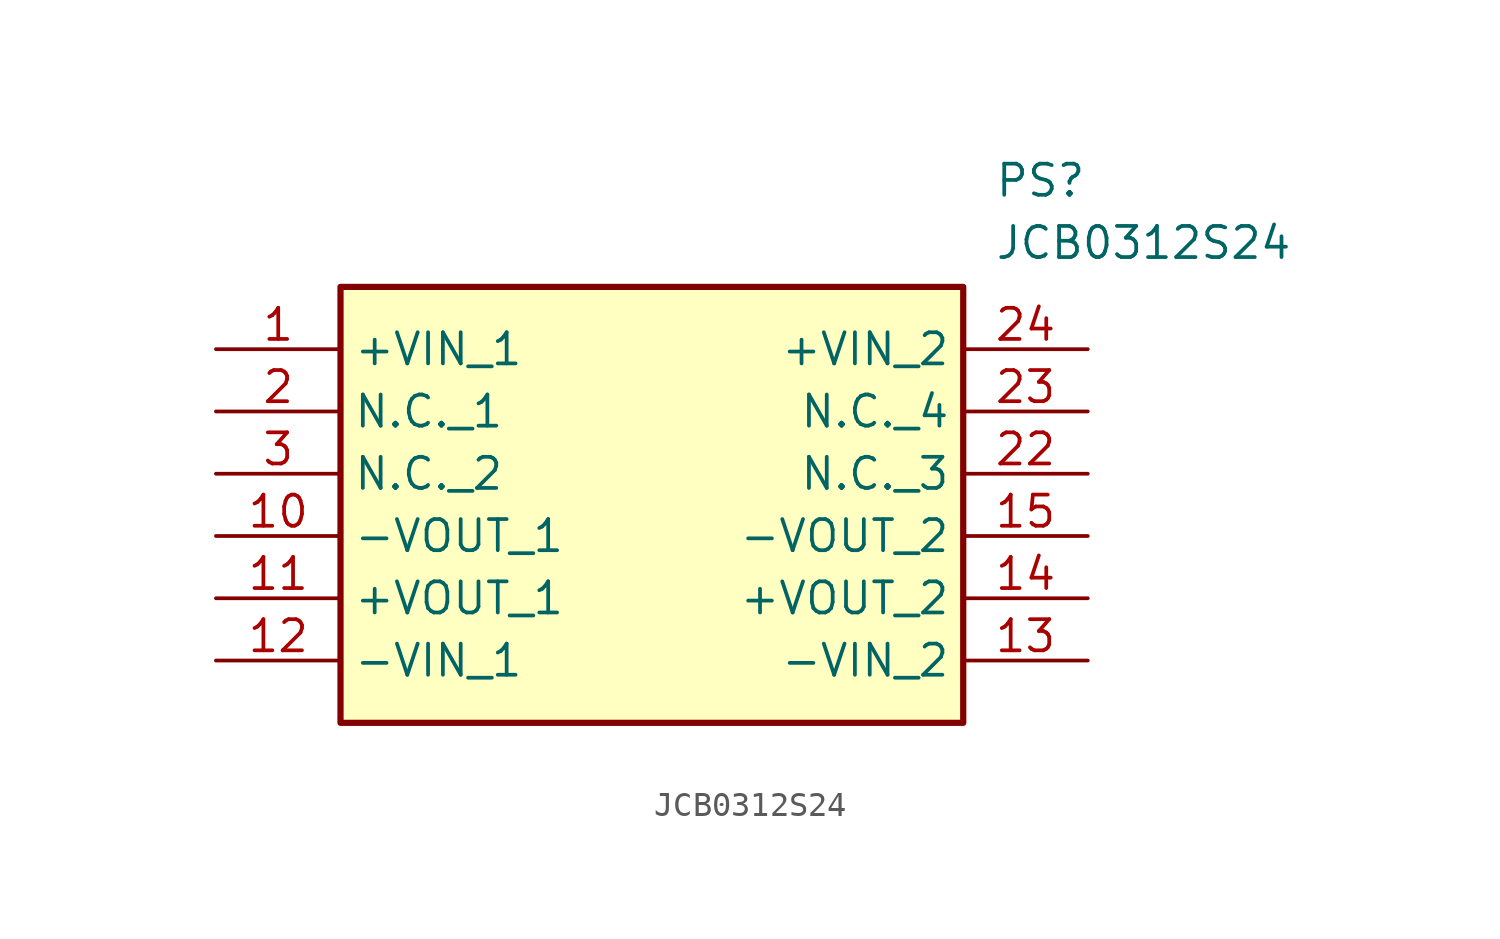
<source format=kicad_sym>
(kicad_symbol_lib
  (version 20211014)
  (generator SamacSys_ECAD_Model)
  (symbol "JCB0312S24"
    (property "Reference" "PS"
      (at 31.75 7.62 0)
      (effects (font (size 1.27 1.27)) (justify left top)))
    (property "Value" "JCB0312S24"
      (at 31.75 5.08 0)
      (effects (font (size 1.27 1.27)) (justify left top)))
    (rectangle
      (start 5.08 2.54)
      (end 30.48 -15.24)
      (stroke (width 0.254) (type default))
      (fill (type background)))
    (pin passive line
      (at 0 0 0)
      (length 5.08)
      (name "+VIN_1" (effects (font (size 1.27 1.27))))
      (number "1" (effects (font (size 1.27 1.27)))))
    (pin passive line
      (at 0 -2.54 0)
      (length 5.08)
      (name "N.C._1" (effects (font (size 1.27 1.27))))
      (number "2" (effects (font (size 1.27 1.27)))))
    (pin passive line
      (at 0 -5.08 0)
      (length 5.08)
      (name "N.C._2" (effects (font (size 1.27 1.27))))
      (number "3" (effects (font (size 1.27 1.27)))))
    (pin passive line
      (at 0 -7.62 0)
      (length 5.08)
      (name "-VOUT_1" (effects (font (size 1.27 1.27))))
      (number "10" (effects (font (size 1.27 1.27)))))
    (pin passive line
      (at 0 -10.16 0)
      (length 5.08)
      (name "+VOUT_1" (effects (font (size 1.27 1.27))))
      (number "11" (effects (font (size 1.27 1.27)))))
    (pin passive line
      (at 0 -12.7 0)
      (length 5.08)
      (name "-VIN_1" (effects (font (size 1.27 1.27))))
      (number "12" (effects (font (size 1.27 1.27)))))
    (pin passive line
      (at 35.56 -12.7 180)
      (length 5.08)
      (name "-VIN_2" (effects (font (size 1.27 1.27))))
      (number "13" (effects (font (size 1.27 1.27)))))
    (pin passive line
      (at 35.56 -10.16 180)
      (length 5.08)
      (name "+VOUT_2" (effects (font (size 1.27 1.27))))
      (number "14" (effects (font (size 1.27 1.27)))))
    (pin passive line
      (at 35.56 -7.62 180)
      (length 5.08)
      (name "-VOUT_2" (effects (font (size 1.27 1.27))))
      (number "15" (effects (font (size 1.27 1.27)))))
    (pin passive line
      (at 35.56 -5.08 180)
      (length 5.08)
      (name "N.C._3" (effects (font (size 1.27 1.27))))
      (number "22" (effects (font (size 1.27 1.27)))))
    (pin passive line
      (at 35.56 -2.54 180)
      (length 5.08)
      (name "N.C._4" (effects (font (size 1.27 1.27))))
      (number "23" (effects (font (size 1.27 1.27)))))
    (pin passive line
      (at 35.56 0 180)
      (length 5.08)
      (name "+VIN_2" (effects (font (size 1.27 1.27))))
      (number "24" (effects (font (size 1.27 1.27)))))))
</source>
